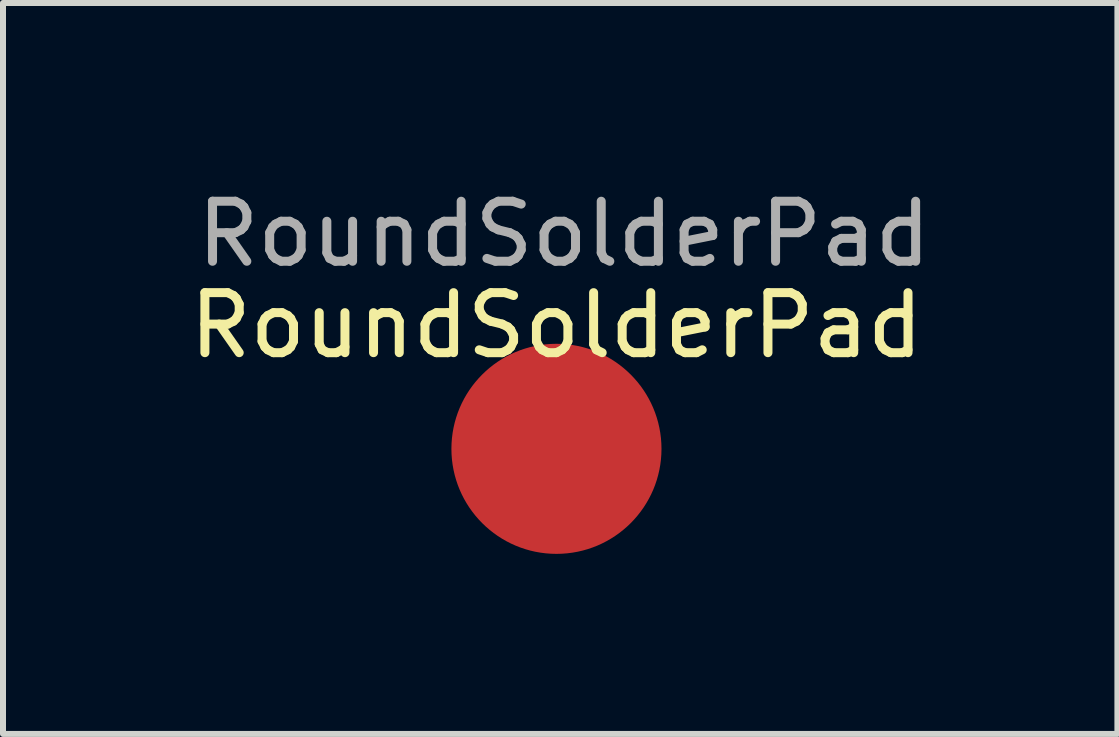
<source format=kicad_pcb>
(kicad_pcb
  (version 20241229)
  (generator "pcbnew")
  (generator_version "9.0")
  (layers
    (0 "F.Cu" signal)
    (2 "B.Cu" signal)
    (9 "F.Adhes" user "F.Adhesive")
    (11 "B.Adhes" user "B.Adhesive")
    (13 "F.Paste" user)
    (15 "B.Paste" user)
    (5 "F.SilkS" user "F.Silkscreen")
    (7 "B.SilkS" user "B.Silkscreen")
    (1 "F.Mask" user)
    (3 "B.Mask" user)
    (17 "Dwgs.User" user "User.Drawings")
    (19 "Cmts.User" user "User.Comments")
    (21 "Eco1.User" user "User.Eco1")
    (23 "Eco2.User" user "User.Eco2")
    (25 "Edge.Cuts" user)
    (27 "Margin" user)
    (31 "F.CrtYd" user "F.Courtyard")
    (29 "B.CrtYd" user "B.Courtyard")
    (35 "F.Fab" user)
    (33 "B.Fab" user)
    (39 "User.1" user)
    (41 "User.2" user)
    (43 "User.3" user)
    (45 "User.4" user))
  (footprint "RoundSolderPad"
    (layer "F.Cu")
    (at 6.246 4.428)
    (property "Reference" "RoundSolderPad" (at -0.025 -2.057 0) (unlocked yes) (layer "F.SilkS") (effects (font (size 1 1) (thickness 0.15))))
    (attr exclude_from_pos_files exclude_from_bom)
    (fp_text user "${REFERENCE}" (at 0.102 -3.58 0) (unlocked yes) (layer "F.Fab") (effects (font (size 1 1) (thickness 0.15))))
    (pad "1" smd circle (at -0.025 0) (size 3.5 3.5) (layers "F.Cu" "F.Mask")))
  (gr_rect
    (start -3 -3)
    (end 15.567 9.178)
    (stroke (width 0.1) (type default))
    (fill no)
    (layer "Edge.Cuts")))
</source>
